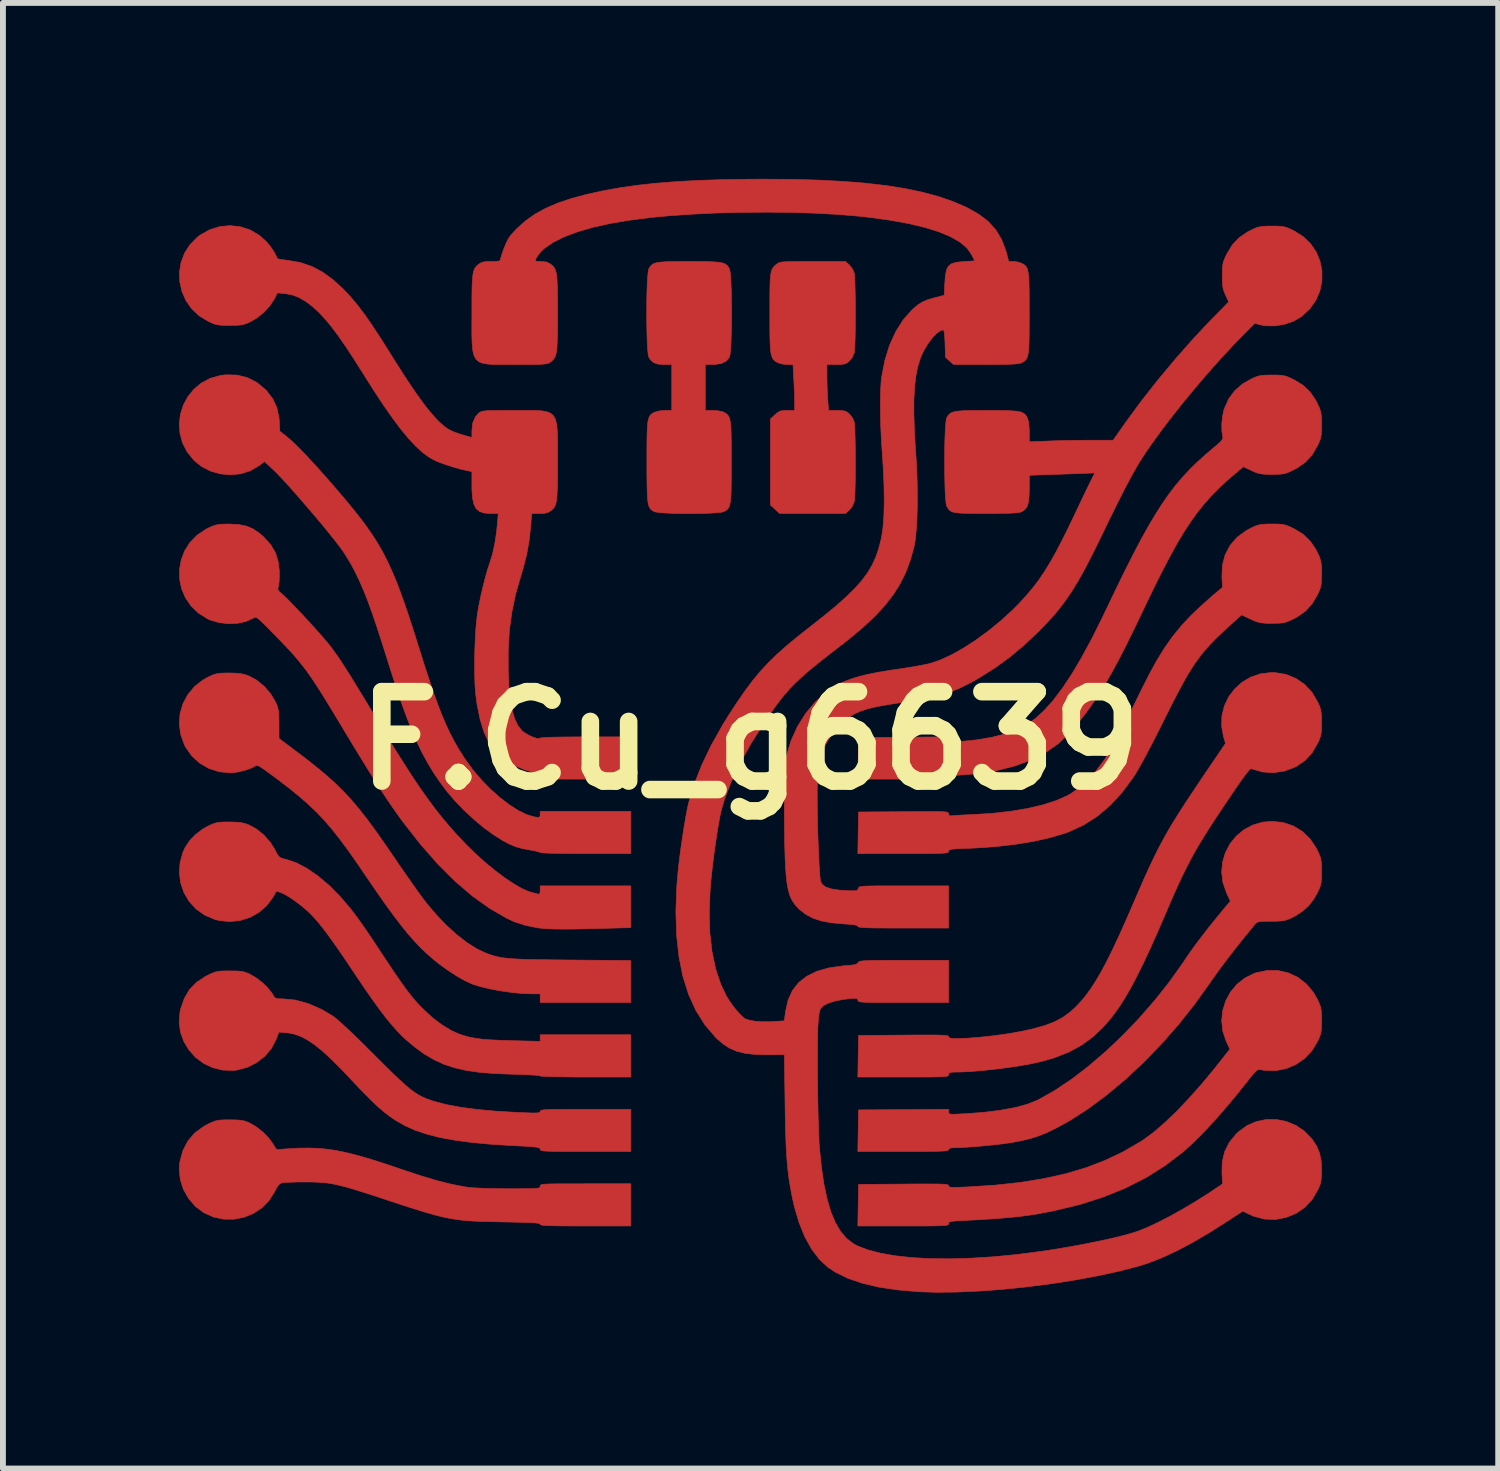
<source format=kicad_pcb>
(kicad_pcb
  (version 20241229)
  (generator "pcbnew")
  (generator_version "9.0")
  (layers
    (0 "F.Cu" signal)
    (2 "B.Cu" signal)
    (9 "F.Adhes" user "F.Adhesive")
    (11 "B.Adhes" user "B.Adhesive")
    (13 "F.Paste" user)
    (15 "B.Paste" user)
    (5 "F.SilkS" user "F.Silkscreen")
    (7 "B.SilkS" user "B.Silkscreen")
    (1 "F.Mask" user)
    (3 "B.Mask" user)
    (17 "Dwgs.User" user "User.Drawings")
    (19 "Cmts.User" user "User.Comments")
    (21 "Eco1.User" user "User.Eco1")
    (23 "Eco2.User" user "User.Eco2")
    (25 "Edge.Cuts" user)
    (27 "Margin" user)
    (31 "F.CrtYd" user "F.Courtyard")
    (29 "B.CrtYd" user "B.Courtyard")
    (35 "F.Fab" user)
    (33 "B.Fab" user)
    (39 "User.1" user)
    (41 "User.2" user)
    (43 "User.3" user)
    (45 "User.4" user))
  (footprint "F.Cu_g6639"
    (layer "F.Cu")
    (at 9.738 9.579)
    (property "Reference" "F.Cu_g6639" (at 0 0 0) (layer "F.SilkS") (effects (font (size 1.524 1.524) (thickness 0.3))))
    (attr through_hole)
    (fp_poly (pts (xy 1.694 -8.112) (xy 1.751 -8.039) (xy 1.779 -7.969) (xy 1.784 -7.926) (xy 1.788 -7.847) (xy 1.792 -7.738) (xy 1.795 -7.607) (xy 1.797 -7.458) (xy 1.798 -7.3) (xy 1.798 -7.292) (xy 1.797 -7.133) (xy 1.796 -6.984) (xy 1.793 -6.852) (xy 1.789 -6.742) (xy 1.784 -6.661) (xy 1.779 -6.616) (xy 1.779 -6.615) (xy 1.742 -6.53) (xy 1.694 -6.472) (xy 1.656 -6.441) (xy 1.617 -6.424) (xy 1.565 -6.416) (xy 1.485 -6.414) (xy 1.471 -6.413) (xy 1.312 -6.413) (xy 1.312 -6.216) (xy 1.314 -6.096) (xy 1.319 -5.961) (xy 1.325 -5.839) (xy 1.326 -5.824) (xy 1.34 -5.63) (xy 1.485 -5.63) (xy 1.566 -5.628) (xy 1.619 -5.619) (xy 1.66 -5.6) (xy 1.694 -5.572) (xy 1.751 -5.499) (xy 1.779 -5.429) (xy 1.784 -5.386) (xy 1.788 -5.307) (xy 1.792 -5.198) (xy 1.795 -5.067) (xy 1.797 -4.918) (xy 1.798 -4.76) (xy 1.798 -4.752) (xy 1.797 -4.593) (xy 1.796 -4.444) (xy 1.793 -4.312) (xy 1.789 -4.202) (xy 1.784 -4.121) (xy 1.779 -4.076) (xy 1.779 -4.075) (xy 1.742 -3.99) (xy 1.694 -3.932) (xy 1.629 -3.873) (xy 0.507 -3.873) (xy 0.349 -4.018) (xy 0.349 -5.485) (xy 0.428 -5.558) (xy 0.478 -5.599) (xy 0.522 -5.621) (xy 0.579 -5.629) (xy 0.635 -5.63) (xy 0.762 -5.63) (xy 0.762 -5.765) (xy 0.761 -5.841) (xy 0.758 -5.946) (xy 0.753 -6.062) (xy 0.748 -6.156) (xy 0.734 -6.413) (xy 0.63 -6.413) (xy 0.546 -6.422) (xy 0.475 -6.444) (xy 0.464 -6.45) (xy 0.431 -6.471) (xy 0.405 -6.494) (xy 0.384 -6.524) (xy 0.368 -6.565) (xy 0.356 -6.623) (xy 0.348 -6.7) (xy 0.343 -6.802) (xy 0.34 -6.933) (xy 0.339 -7.097) (xy 0.339 -7.291) (xy 0.339 -7.488) (xy 0.34 -7.647) (xy 0.342 -7.773) (xy 0.347 -7.871) (xy 0.354 -7.946) (xy 0.365 -8.001) (xy 0.38 -8.042) (xy 0.4 -8.073) (xy 0.425 -8.1) (xy 0.457 -8.125) (xy 0.458 -8.126) (xy 0.476 -8.139) (xy 0.498 -8.15) (xy 0.528 -8.158) (xy 0.572 -8.163) (xy 0.634 -8.167) (xy 0.72 -8.169) (xy 0.836 -8.17) (xy 0.986 -8.17) (xy 1.071 -8.17) (xy 1.629 -8.17) (xy 1.694 -8.112)) (stroke (width 0.01) (type solid)) (fill yes) (layer "F.Cu"))
    (fp_poly (pts (xy 9.007 3.921) (xy 9.182 3.961) (xy 9.344 4.038) (xy 9.487 4.149) (xy 9.608 4.293) (xy 9.681 4.421) (xy 9.712 4.491) (xy 9.732 4.549) (xy 9.742 4.61) (xy 9.747 4.688) (xy 9.747 4.773) (xy 9.746 4.875) (xy 9.741 4.948) (xy 9.729 5.008) (xy 9.707 5.067) (xy 9.68 5.127) (xy 9.582 5.288) (xy 9.455 5.421) (xy 9.306 5.524) (xy 9.139 5.594) (xy 8.961 5.628) (xy 8.777 5.623) (xy 8.71 5.612) (xy 8.685 5.608) (xy 8.661 5.613) (xy 8.634 5.63) (xy 8.6 5.665) (xy 8.551 5.721) (xy 8.485 5.805) (xy 8.448 5.852) (xy 8.256 6.091) (xy 8.064 6.318) (xy 7.876 6.529) (xy 7.697 6.719) (xy 7.531 6.882) (xy 7.387 7.011) (xy 7.084 7.243) (xy 6.759 7.448) (xy 6.41 7.626) (xy 6.034 7.779) (xy 5.629 7.909) (xy 5.191 8.015) (xy 4.889 8.073) (xy 4.738 8.096) (xy 4.571 8.117) (xy 4.385 8.135) (xy 4.173 8.152) (xy 3.93 8.168) (xy 3.657 8.182) (xy 3.545 8.188) (xy 3.469 8.194) (xy 3.422 8.202) (xy 3.397 8.211) (xy 3.388 8.225) (xy 3.387 8.236) (xy 3.385 8.246) (xy 3.378 8.255) (xy 3.361 8.262) (xy 3.331 8.267) (xy 3.282 8.27) (xy 3.212 8.273) (xy 3.116 8.275) (xy 2.99 8.276) (xy 2.83 8.276) (xy 2.632 8.276) (xy 1.84 8.276) (xy 1.846 7.922) (xy 1.852 7.567) (xy 2.619 7.562) (xy 2.821 7.56) (xy 2.984 7.56) (xy 3.113 7.56) (xy 3.211 7.561) (xy 3.283 7.563) (xy 3.332 7.567) (xy 3.363 7.572) (xy 3.38 7.578) (xy 3.386 7.586) (xy 3.387 7.59) (xy 3.391 7.603) (xy 3.406 7.612) (xy 3.44 7.617) (xy 3.498 7.618) (xy 3.587 7.615) (xy 3.699 7.611) (xy 4.17 7.581) (xy 4.606 7.534) (xy 5.009 7.469) (xy 5.382 7.386) (xy 5.729 7.283) (xy 6.053 7.159) (xy 6.357 7.015) (xy 6.644 6.849) (xy 6.718 6.801) (xy 6.886 6.677) (xy 7.07 6.518) (xy 7.269 6.329) (xy 7.477 6.11) (xy 7.694 5.867) (xy 7.915 5.601) (xy 8.002 5.491) (xy 8.184 5.26) (xy 8.12 5.124) (xy 8.063 4.953) (xy 8.044 4.778) (xy 8.061 4.606) (xy 8.112 4.44) (xy 8.194 4.288) (xy 8.304 4.155) (xy 8.441 4.047) (xy 8.601 3.968) (xy 8.633 3.958) (xy 8.822 3.919) (xy 9.007 3.921)) (stroke (width 0.01) (type solid)) (fill yes) (layer "F.Cu"))
    (fp_poly (pts (xy -8.766 -1.15) (xy -8.68 -1.142) (xy -8.607 -1.125) (xy -8.545 -1.103) (xy -8.413 -1.032) (xy -8.287 -0.929) (xy -8.178 -0.805) (xy -8.102 -0.681) (xy -8.072 -0.619) (xy -8.053 -0.567) (xy -8.041 -0.514) (xy -8.034 -0.449) (xy -8.032 -0.36) (xy -8.031 -0.288) (xy -8.03 -0.036) (xy -7.745 0.178) (xy -7.544 0.33) (xy -7.367 0.472) (xy -7.207 0.606) (xy -7.061 0.738) (xy -6.925 0.872) (xy -6.794 1.014) (xy -6.664 1.168) (xy -6.53 1.339) (xy -6.387 1.532) (xy -6.233 1.752) (xy -6.061 2.002) (xy -6.048 2.021) (xy -5.949 2.166) (xy -5.848 2.311) (xy -5.75 2.451) (xy -5.661 2.577) (xy -5.584 2.682) (xy -5.53 2.754) (xy -5.361 2.956) (xy -5.184 3.142) (xy -5.004 3.306) (xy -4.827 3.444) (xy -4.657 3.551) (xy -4.532 3.611) (xy -4.465 3.637) (xy -4.403 3.659) (xy -4.34 3.677) (xy -4.274 3.692) (xy -4.199 3.705) (xy -4.111 3.714) (xy -4.007 3.722) (xy -3.881 3.728) (xy -3.731 3.732) (xy -3.551 3.735) (xy -3.337 3.738) (xy -3.086 3.741) (xy -3.064 3.741) (xy -2.032 3.75) (xy -2.032 4.466) (xy -3.577 4.466) (xy -3.577 4.318) (xy -3.716 4.318) (xy -3.881 4.312) (xy -4.065 4.294) (xy -4.253 4.267) (xy -4.436 4.233) (xy -4.6 4.194) (xy -4.735 4.151) (xy -4.743 4.148) (xy -4.864 4.092) (xy -5.003 4.012) (xy -5.152 3.915) (xy -5.3 3.808) (xy -5.397 3.73) (xy -5.507 3.634) (xy -5.614 3.532) (xy -5.721 3.42) (xy -5.831 3.295) (xy -5.947 3.151) (xy -6.072 2.987) (xy -6.21 2.798) (xy -6.363 2.58) (xy -6.534 2.329) (xy -6.542 2.318) (xy -6.709 2.073) (xy -6.86 1.859) (xy -6.999 1.672) (xy -7.131 1.506) (xy -7.26 1.356) (xy -7.392 1.217) (xy -7.531 1.085) (xy -7.682 0.953) (xy -7.85 0.816) (xy -8.039 0.671) (xy -8.194 0.556) (xy -8.282 0.492) (xy -8.343 0.451) (xy -8.383 0.429) (xy -8.411 0.423) (xy -8.432 0.429) (xy -8.439 0.434) (xy -8.51 0.471) (xy -8.607 0.505) (xy -8.715 0.532) (xy -8.817 0.548) (xy -8.863 0.55) (xy -9.053 0.53) (xy -9.229 0.473) (xy -9.386 0.381) (xy -9.52 0.258) (xy -9.626 0.106) (xy -9.643 0.073) (xy -9.706 -0.102) (xy -9.731 -0.281) (xy -9.718 -0.458) (xy -9.669 -0.627) (xy -9.586 -0.783) (xy -9.472 -0.921) (xy -9.328 -1.034) (xy -9.234 -1.086) (xy -9.163 -1.118) (xy -9.105 -1.137) (xy -9.045 -1.148) (xy -8.969 -1.152) (xy -8.879 -1.153) (xy -8.766 -1.15)) (stroke (width 0.01) (type solid)) (fill yes) (layer "F.Cu"))
    (fp_poly (pts (xy 9.089 1.396) (xy 9.264 1.454) (xy 9.419 1.548) (xy 9.552 1.677) (xy 9.659 1.838) (xy 9.681 1.881) (xy 9.712 1.951) (xy 9.732 2.009) (xy 9.742 2.07) (xy 9.747 2.148) (xy 9.747 2.233) (xy 9.746 2.335) (xy 9.741 2.408) (xy 9.729 2.468) (xy 9.707 2.527) (xy 9.68 2.587) (xy 9.616 2.698) (xy 9.537 2.803) (xy 9.505 2.837) (xy 9.409 2.918) (xy 9.298 2.99) (xy 9.255 3.012) (xy 9.188 3.043) (xy 9.132 3.062) (xy 9.074 3.073) (xy 9.002 3.079) (xy 8.902 3.08) (xy 8.882 3.08) (xy 8.78 3.081) (xy 8.712 3.084) (xy 8.668 3.091) (xy 8.639 3.103) (xy 8.617 3.123) (xy 8.607 3.136) (xy 8.392 3.399) (xy 8.198 3.646) (xy 8.026 3.873) (xy 7.881 4.075) (xy 7.837 4.139) (xy 7.581 4.496) (xy 7.306 4.843) (xy 7.014 5.175) (xy 6.71 5.488) (xy 6.398 5.779) (xy 6.082 6.043) (xy 5.766 6.278) (xy 5.455 6.478) (xy 5.207 6.614) (xy 5.06 6.685) (xy 4.926 6.739) (xy 4.793 6.782) (xy 4.646 6.818) (xy 4.472 6.851) (xy 4.443 6.856) (xy 4.32 6.874) (xy 4.169 6.892) (xy 4.004 6.908) (xy 3.835 6.923) (xy 3.676 6.934) (xy 3.538 6.941) (xy 3.466 6.942) (xy 3.409 6.949) (xy 3.387 6.968) (xy 3.387 6.974) (xy 3.382 6.983) (xy 3.367 6.99) (xy 3.336 6.995) (xy 3.286 6.999) (xy 3.214 7.002) (xy 3.114 7.004) (xy 2.984 7.005) (xy 2.819 7.006) (xy 2.616 7.006) (xy 1.84 7.006) (xy 1.846 6.652) (xy 1.852 6.297) (xy 2.619 6.292) (xy 3.387 6.286) (xy 3.387 6.331) (xy 3.388 6.35) (xy 3.397 6.362) (xy 3.42 6.369) (xy 3.464 6.371) (xy 3.536 6.369) (xy 3.643 6.363) (xy 3.657 6.363) (xy 3.983 6.339) (xy 4.271 6.303) (xy 4.522 6.257) (xy 4.733 6.199) (xy 4.904 6.131) (xy 4.917 6.124) (xy 5.195 5.968) (xy 5.482 5.776) (xy 5.774 5.552) (xy 6.067 5.301) (xy 6.356 5.027) (xy 6.636 4.735) (xy 6.904 4.428) (xy 7.155 4.111) (xy 7.385 3.788) (xy 7.433 3.715) (xy 7.506 3.608) (xy 7.601 3.477) (xy 7.712 3.33) (xy 7.835 3.172) (xy 7.963 3.013) (xy 8.09 2.859) (xy 8.105 2.841) (xy 8.192 2.737) (xy 8.125 2.593) (xy 8.065 2.418) (xy 8.044 2.244) (xy 8.059 2.073) (xy 8.107 1.911) (xy 8.185 1.761) (xy 8.291 1.63) (xy 8.421 1.521) (xy 8.573 1.44) (xy 8.742 1.39) (xy 8.899 1.376) (xy 9.089 1.396)) (stroke (width 0.01) (type solid)) (fill yes) (layer "F.Cu"))
    (fp_poly (pts (xy -0.858 -8.17) (xy -0.715 -8.168) (xy -0.605 -8.163) (xy -0.523 -8.156) (xy -0.463 -8.144) (xy -0.42 -8.126) (xy -0.389 -8.103) (xy -0.366 -8.073) (xy -0.35 -8.044) (xy -0.34 -8.003) (xy -0.331 -7.926) (xy -0.324 -7.82) (xy -0.319 -7.69) (xy -0.316 -7.544) (xy -0.314 -7.388) (xy -0.314 -7.227) (xy -0.315 -7.07) (xy -0.319 -6.921) (xy -0.323 -6.788) (xy -0.33 -6.677) (xy -0.338 -6.593) (xy -0.348 -6.545) (xy -0.35 -6.54) (xy -0.405 -6.472) (xy -0.488 -6.431) (xy -0.603 -6.414) (xy -0.634 -6.413) (xy -0.762 -6.413) (xy -0.762 -5.63) (xy -0.634 -5.63) (xy -0.548 -5.625) (xy -0.473 -5.61) (xy -0.444 -5.598) (xy -0.411 -5.58) (xy -0.385 -5.559) (xy -0.364 -5.532) (xy -0.347 -5.495) (xy -0.336 -5.441) (xy -0.327 -5.368) (xy -0.322 -5.272) (xy -0.319 -5.146) (xy -0.318 -4.988) (xy -0.318 -4.793) (xy -0.318 -4.752) (xy -0.318 -4.549) (xy -0.319 -4.385) (xy -0.321 -4.253) (xy -0.326 -4.152) (xy -0.334 -4.075) (xy -0.345 -4.018) (xy -0.36 -3.978) (xy -0.38 -3.949) (xy -0.406 -3.927) (xy -0.437 -3.909) (xy -0.444 -3.906) (xy -0.487 -3.894) (xy -0.565 -3.886) (xy -0.671 -3.879) (xy -0.797 -3.874) (xy -0.935 -3.872) (xy -1.078 -3.871) (xy -1.22 -3.873) (xy -1.352 -3.877) (xy -1.468 -3.883) (xy -1.559 -3.891) (xy -1.619 -3.901) (xy -1.635 -3.907) (xy -1.667 -3.925) (xy -1.692 -3.946) (xy -1.712 -3.974) (xy -1.728 -4.012) (xy -1.739 -4.066) (xy -1.747 -4.14) (xy -1.752 -4.238) (xy -1.755 -4.365) (xy -1.757 -4.525) (xy -1.757 -4.722) (xy -1.757 -4.752) (xy -1.757 -4.955) (xy -1.756 -5.119) (xy -1.753 -5.25) (xy -1.748 -5.352) (xy -1.741 -5.429) (xy -1.729 -5.486) (xy -1.714 -5.526) (xy -1.694 -5.555) (xy -1.669 -5.576) (xy -1.637 -5.595) (xy -1.631 -5.598) (xy -1.573 -5.617) (xy -1.496 -5.628) (xy -1.451 -5.63) (xy -1.333 -5.63) (xy -1.333 -6.413) (xy -1.466 -6.413) (xy -1.571 -6.421) (xy -1.645 -6.447) (xy -1.698 -6.496) (xy -1.725 -6.541) (xy -1.735 -6.582) (xy -1.743 -6.658) (xy -1.75 -6.764) (xy -1.755 -6.894) (xy -1.758 -7.04) (xy -1.76 -7.196) (xy -1.76 -7.356) (xy -1.759 -7.514) (xy -1.756 -7.662) (xy -1.751 -7.795) (xy -1.744 -7.907) (xy -1.736 -7.99) (xy -1.727 -8.039) (xy -1.725 -8.044) (xy -1.704 -8.08) (xy -1.679 -8.109) (xy -1.646 -8.131) (xy -1.6 -8.147) (xy -1.535 -8.158) (xy -1.446 -8.165) (xy -1.329 -8.169) (xy -1.179 -8.17) (xy -1.037 -8.17) (xy -0.858 -8.17)) (stroke (width 0.01) (type solid)) (fill yes) (layer "F.Cu"))
    (fp_poly (pts (xy -8.766 1.39) (xy -8.68 1.398) (xy -8.607 1.415) (xy -8.545 1.437) (xy -8.415 1.507) (xy -8.289 1.61) (xy -8.179 1.734) (xy -8.102 1.857) (xy -8.065 1.929) (xy -8.035 1.973) (xy -8.003 1.998) (xy -7.957 2.014) (xy -7.911 2.025) (xy -7.738 2.082) (xy -7.555 2.178) (xy -7.366 2.308) (xy -7.175 2.47) (xy -6.984 2.663) (xy -6.816 2.86) (xy -6.75 2.946) (xy -6.668 3.057) (xy -6.579 3.183) (xy -6.49 3.313) (xy -6.425 3.41) (xy -6.288 3.618) (xy -6.17 3.795) (xy -6.071 3.944) (xy -5.986 4.068) (xy -5.912 4.173) (xy -5.848 4.26) (xy -5.79 4.335) (xy -5.736 4.402) (xy -5.682 4.463) (xy -5.626 4.523) (xy -5.571 4.579) (xy -5.419 4.72) (xy -5.26 4.842) (xy -5.104 4.938) (xy -4.981 4.995) (xy -4.884 5.029) (xy -4.788 5.055) (xy -4.684 5.075) (xy -4.566 5.091) (xy -4.426 5.102) (xy -4.258 5.11) (xy -4.069 5.116) (xy -3.577 5.128) (xy -3.577 5.016) (xy -2.032 5.016) (xy -2.032 5.736) (xy -2.805 5.736) (xy -2.982 5.736) (xy -3.144 5.734) (xy -3.288 5.732) (xy -3.407 5.729) (xy -3.499 5.726) (xy -3.557 5.722) (xy -3.577 5.718) (xy -3.577 5.718) (xy -3.597 5.712) (xy -3.654 5.706) (xy -3.741 5.7) (xy -3.853 5.695) (xy -3.984 5.69) (xy -4.069 5.688) (xy -4.359 5.677) (xy -4.614 5.656) (xy -4.838 5.624) (xy -5.039 5.578) (xy -5.22 5.518) (xy -5.389 5.44) (xy -5.552 5.344) (xy -5.713 5.227) (xy -5.816 5.142) (xy -5.91 5.058) (xy -6.003 4.964) (xy -6.1 4.856) (xy -6.203 4.731) (xy -6.315 4.584) (xy -6.439 4.412) (xy -6.579 4.211) (xy -6.737 3.977) (xy -6.742 3.969) (xy -6.888 3.751) (xy -7.015 3.566) (xy -7.125 3.409) (xy -7.22 3.278) (xy -7.305 3.168) (xy -7.381 3.075) (xy -7.451 2.997) (xy -7.519 2.929) (xy -7.548 2.901) (xy -7.651 2.814) (xy -7.759 2.732) (xy -7.864 2.661) (xy -7.955 2.61) (xy -8 2.591) (xy -8.074 2.565) (xy -8.131 2.666) (xy -8.237 2.81) (xy -8.371 2.927) (xy -8.525 3.014) (xy -8.695 3.067) (xy -8.873 3.086) (xy -9.054 3.067) (xy -9.127 3.048) (xy -9.298 2.975) (xy -9.444 2.871) (xy -9.562 2.743) (xy -9.65 2.594) (xy -9.707 2.43) (xy -9.73 2.256) (xy -9.717 2.077) (xy -9.666 1.898) (xy -9.629 1.817) (xy -9.556 1.708) (xy -9.453 1.602) (xy -9.332 1.509) (xy -9.234 1.454) (xy -9.163 1.422) (xy -9.105 1.403) (xy -9.045 1.392) (xy -8.969 1.388) (xy -8.879 1.387) (xy -8.766 1.39)) (stroke (width 0.01) (type solid)) (fill yes) (layer "F.Cu"))
    (fp_poly (pts (xy -8.764 3.928) (xy -8.687 3.933) (xy -8.627 3.944) (xy -8.571 3.963) (xy -8.525 3.984) (xy -8.427 4.04) (xy -8.326 4.117) (xy -8.234 4.204) (xy -8.162 4.29) (xy -8.137 4.328) (xy -8.113 4.37) (xy -8.087 4.392) (xy -8.047 4.401) (xy -7.979 4.403) (xy -7.97 4.403) (xy -7.751 4.424) (xy -7.526 4.486) (xy -7.297 4.587) (xy -7.108 4.7) (xy -7.058 4.739) (xy -6.983 4.804) (xy -6.885 4.894) (xy -6.768 5.004) (xy -6.636 5.132) (xy -6.493 5.274) (xy -6.403 5.364) (xy -6.24 5.527) (xy -6.102 5.663) (xy -5.985 5.775) (xy -5.886 5.866) (xy -5.8 5.938) (xy -5.724 5.995) (xy -5.653 6.041) (xy -5.584 6.077) (xy -5.512 6.108) (xy -5.433 6.136) (xy -5.387 6.151) (xy -5.185 6.205) (xy -4.946 6.25) (xy -4.668 6.288) (xy -4.35 6.317) (xy -3.992 6.339) (xy -3.921 6.342) (xy -3.793 6.347) (xy -3.701 6.35) (xy -3.639 6.349) (xy -3.602 6.345) (xy -3.583 6.337) (xy -3.577 6.326) (xy -3.577 6.321) (xy -3.574 6.312) (xy -3.563 6.305) (xy -3.539 6.299) (xy -3.498 6.295) (xy -3.438 6.291) (xy -3.352 6.289) (xy -3.239 6.288) (xy -3.093 6.287) (xy -2.91 6.287) (xy -2.805 6.287) (xy -2.032 6.287) (xy -2.032 7.006) (xy -2.805 7.006) (xy -3.006 7.006) (xy -3.169 7.006) (xy -3.298 7.005) (xy -3.396 7.003) (xy -3.468 7) (xy -3.518 6.997) (xy -3.55 6.992) (xy -3.568 6.985) (xy -3.576 6.977) (xy -3.577 6.968) (xy -3.58 6.955) (xy -3.592 6.945) (xy -3.617 6.937) (xy -3.661 6.93) (xy -3.729 6.924) (xy -3.826 6.917) (xy -3.956 6.91) (xy -4.08 6.904) (xy -4.437 6.881) (xy -4.755 6.851) (xy -5.038 6.813) (xy -5.289 6.767) (xy -5.511 6.71) (xy -5.708 6.644) (xy -5.883 6.566) (xy -6.039 6.476) (xy -6.046 6.472) (xy -6.141 6.407) (xy -6.234 6.335) (xy -6.33 6.254) (xy -6.434 6.157) (xy -6.552 6.04) (xy -6.688 5.899) (xy -6.806 5.773) (xy -6.99 5.58) (xy -7.152 5.419) (xy -7.297 5.287) (xy -7.427 5.183) (xy -7.546 5.103) (xy -7.657 5.045) (xy -7.764 5.006) (xy -7.87 4.985) (xy -7.898 4.982) (xy -8.033 4.97) (xy -8.082 5.099) (xy -8.162 5.251) (xy -8.275 5.383) (xy -8.414 5.491) (xy -8.573 5.571) (xy -8.746 5.617) (xy -8.81 5.624) (xy -8.992 5.618) (xy -9.162 5.576) (xy -9.318 5.502) (xy -9.454 5.4) (xy -9.567 5.274) (xy -9.654 5.129) (xy -9.711 4.97) (xy -9.733 4.799) (xy -9.718 4.623) (xy -9.708 4.577) (xy -9.645 4.396) (xy -9.557 4.246) (xy -9.439 4.123) (xy -9.288 4.023) (xy -9.255 4.006) (xy -9.18 3.97) (xy -9.122 3.947) (xy -9.066 3.934) (xy -9.001 3.928) (xy -8.911 3.927) (xy -8.87 3.927) (xy -8.764 3.928)) (stroke (width 0.01) (type solid)) (fill yes) (layer "F.Cu"))
    (fp_poly (pts (xy -8.743 -6.233) (xy -8.567 -6.189) (xy -8.406 -6.106) (xy -8.26 -5.984) (xy -8.245 -5.968) (xy -8.137 -5.828) (xy -8.067 -5.678) (xy -8.031 -5.508) (xy -8.026 -5.448) (xy -8.017 -5.275) (xy -7.919 -5.2) (xy -7.826 -5.121) (xy -7.71 -5.01) (xy -7.571 -4.867) (xy -7.411 -4.695) (xy -7.232 -4.495) (xy -7.035 -4.268) (xy -7.007 -4.235) (xy -6.846 -4.044) (xy -6.703 -3.868) (xy -6.575 -3.702) (xy -6.462 -3.542) (xy -6.359 -3.383) (xy -6.265 -3.221) (xy -6.178 -3.051) (xy -6.094 -2.867) (xy -6.011 -2.666) (xy -5.928 -2.443) (xy -5.841 -2.193) (xy -5.749 -1.911) (xy -5.65 -1.598) (xy -5.556 -1.299) (xy -5.47 -1.037) (xy -5.392 -0.807) (xy -5.319 -0.605) (xy -5.249 -0.426) (xy -5.181 -0.267) (xy -5.113 -0.122) (xy -5.043 0.012) (xy -4.97 0.14) (xy -4.89 0.266) (xy -4.855 0.321) (xy -4.725 0.498) (xy -4.581 0.668) (xy -4.426 0.827) (xy -4.265 0.97) (xy -4.105 1.093) (xy -3.95 1.192) (xy -3.804 1.263) (xy -3.674 1.301) (xy -3.667 1.302) (xy -3.611 1.309) (xy -3.585 1.303) (xy -3.578 1.279) (xy -3.577 1.261) (xy -3.577 1.206) (xy -2.032 1.206) (xy -2.032 1.926) (xy -2.805 1.926) (xy -2.981 1.926) (xy -3.143 1.924) (xy -3.286 1.922) (xy -3.406 1.92) (xy -3.497 1.916) (xy -3.556 1.913) (xy -3.577 1.909) (xy -3.577 1.909) (xy -3.597 1.898) (xy -3.648 1.884) (xy -3.722 1.869) (xy -3.75 1.865) (xy -3.878 1.841) (xy -3.991 1.81) (xy -4.098 1.766) (xy -4.214 1.705) (xy -4.347 1.621) (xy -4.37 1.606) (xy -4.534 1.488) (xy -4.707 1.343) (xy -4.878 1.184) (xy -5.036 1.02) (xy -5.169 0.863) (xy -5.174 0.857) (xy -5.288 0.703) (xy -5.394 0.548) (xy -5.492 0.386) (xy -5.586 0.214) (xy -5.676 0.028) (xy -5.765 -0.177) (xy -5.855 -0.404) (xy -5.947 -0.659) (xy -6.044 -0.946) (xy -6.147 -1.268) (xy -6.181 -1.376) (xy -6.276 -1.677) (xy -6.362 -1.942) (xy -6.441 -2.174) (xy -6.515 -2.378) (xy -6.586 -2.557) (xy -6.655 -2.717) (xy -6.724 -2.862) (xy -6.794 -2.995) (xy -6.869 -3.121) (xy -6.927 -3.213) (xy -6.981 -3.288) (xy -7.058 -3.389) (xy -7.155 -3.511) (xy -7.266 -3.648) (xy -7.388 -3.794) (xy -7.516 -3.944) (xy -7.644 -4.093) (xy -7.768 -4.235) (xy -7.885 -4.366) (xy -7.988 -4.478) (xy -8.074 -4.568) (xy -8.127 -4.619) (xy -8.279 -4.76) (xy -8.374 -4.687) (xy -8.52 -4.602) (xy -8.682 -4.55) (xy -8.854 -4.533) (xy -9.027 -4.548) (xy -9.195 -4.595) (xy -9.351 -4.674) (xy -9.478 -4.777) (xy -9.595 -4.921) (xy -9.675 -5.076) (xy -9.719 -5.239) (xy -9.731 -5.404) (xy -9.711 -5.567) (xy -9.661 -5.723) (xy -9.583 -5.867) (xy -9.479 -5.994) (xy -9.351 -6.1) (xy -9.2 -6.179) (xy -9.028 -6.227) (xy -8.937 -6.238) (xy -8.743 -6.233)) (stroke (width 0.01) (type solid)) (fill yes) (layer "F.Cu"))
    (fp_poly (pts (xy -8.719 -3.685) (xy -8.586 -3.658) (xy -8.471 -3.609) (xy -8.36 -3.533) (xy -8.297 -3.478) (xy -8.175 -3.345) (xy -8.091 -3.203) (xy -8.043 -3.044) (xy -8.026 -2.902) (xy -8.025 -2.807) (xy -8.028 -2.719) (xy -8.036 -2.653) (xy -8.039 -2.641) (xy -8.05 -2.59) (xy -8.042 -2.557) (xy -8.009 -2.524) (xy -7.989 -2.509) (xy -7.947 -2.472) (xy -7.883 -2.409) (xy -7.801 -2.325) (xy -7.707 -2.227) (xy -7.606 -2.12) (xy -7.503 -2.009) (xy -7.404 -1.899) (xy -7.314 -1.798) (xy -7.238 -1.71) (xy -7.189 -1.651) (xy -7.136 -1.583) (xy -7.082 -1.51) (xy -7.025 -1.429) (xy -6.962 -1.335) (xy -6.891 -1.225) (xy -6.809 -1.096) (xy -6.715 -0.942) (xy -6.605 -0.762) (xy -6.477 -0.55) (xy -6.414 -0.446) (xy -6.226 -0.134) (xy -6.056 0.144) (xy -5.9 0.391) (xy -5.757 0.613) (xy -5.624 0.811) (xy -5.497 0.99) (xy -5.376 1.154) (xy -5.257 1.305) (xy -5.137 1.448) (xy -5.014 1.587) (xy -4.886 1.724) (xy -4.827 1.785) (xy -4.671 1.938) (xy -4.508 2.083) (xy -4.344 2.218) (xy -4.184 2.338) (xy -4.033 2.439) (xy -3.897 2.518) (xy -3.781 2.57) (xy -3.738 2.584) (xy -3.674 2.6) (xy -3.623 2.614) (xy -3.614 2.617) (xy -3.589 2.617) (xy -3.579 2.59) (xy -3.577 2.552) (xy -3.577 2.477) (xy -2.032 2.477) (xy -2.032 3.189) (xy -2.556 3.203) (xy -2.794 3.209) (xy -2.994 3.213) (xy -3.16 3.214) (xy -3.298 3.213) (xy -3.411 3.21) (xy -3.504 3.205) (xy -3.581 3.197) (xy -3.607 3.194) (xy -3.827 3.151) (xy -4.02 3.088) (xy -4.137 3.034) (xy -4.436 2.862) (xy -4.733 2.65) (xy -5.028 2.398) (xy -5.322 2.105) (xy -5.615 1.771) (xy -5.909 1.396) (xy -5.996 1.277) (xy -6.085 1.15) (xy -6.178 1.015) (xy -6.275 0.868) (xy -6.38 0.705) (xy -6.496 0.521) (xy -6.624 0.313) (xy -6.768 0.077) (xy -6.931 -0.192) (xy -6.942 -0.212) (xy -7.079 -0.439) (xy -7.198 -0.634) (xy -7.301 -0.801) (xy -7.393 -0.945) (xy -7.476 -1.07) (xy -7.554 -1.181) (xy -7.631 -1.282) (xy -7.708 -1.378) (xy -7.789 -1.472) (xy -7.879 -1.57) (xy -7.979 -1.675) (xy -8.094 -1.793) (xy -8.108 -1.807) (xy -8.211 -1.913) (xy -8.289 -1.991) (xy -8.346 -2.045) (xy -8.386 -2.08) (xy -8.415 -2.098) (xy -8.436 -2.103) (xy -8.453 -2.099) (xy -8.468 -2.09) (xy -8.592 -2.032) (xy -8.74 -2) (xy -8.899 -1.994) (xy -9.058 -2.013) (xy -9.208 -2.059) (xy -9.246 -2.076) (xy -9.404 -2.175) (xy -9.531 -2.297) (xy -9.627 -2.438) (xy -9.692 -2.592) (xy -9.725 -2.754) (xy -9.727 -2.918) (xy -9.698 -3.081) (xy -9.639 -3.236) (xy -9.548 -3.379) (xy -9.426 -3.504) (xy -9.273 -3.606) (xy -9.234 -3.626) (xy -9.163 -3.658) (xy -9.105 -3.677) (xy -9.045 -3.688) (xy -8.968 -3.692) (xy -8.879 -3.693) (xy -8.719 -3.685)) (stroke (width 0.01) (type solid)) (fill yes) (layer "F.Cu"))
    (fp_poly (pts (xy -8.764 6.468) (xy -8.687 6.473) (xy -8.628 6.484) (xy -8.572 6.502) (xy -8.525 6.523) (xy -8.414 6.589) (xy -8.303 6.677) (xy -8.206 6.777) (xy -8.133 6.877) (xy -8.125 6.891) (xy -8.091 6.949) (xy -8.063 6.974) (xy -8.033 6.974) (xy -8.033 6.974) (xy -7.997 6.969) (xy -7.928 6.963) (xy -7.834 6.957) (xy -7.725 6.951) (xy -7.684 6.949) (xy -7.525 6.947) (xy -7.37 6.952) (xy -7.215 6.966) (xy -7.053 6.99) (xy -6.88 7.026) (xy -6.69 7.074) (xy -6.477 7.135) (xy -6.238 7.211) (xy -5.966 7.303) (xy -5.916 7.32) (xy -5.611 7.421) (xy -5.332 7.504) (xy -5.084 7.566) (xy -4.868 7.608) (xy -4.784 7.62) (xy -4.711 7.626) (xy -4.604 7.631) (xy -4.472 7.636) (xy -4.324 7.639) (xy -4.168 7.641) (xy -4.091 7.641) (xy -3.931 7.641) (xy -3.808 7.64) (xy -3.717 7.639) (xy -3.654 7.636) (xy -3.613 7.631) (xy -3.59 7.625) (xy -3.58 7.615) (xy -3.577 7.603) (xy -3.577 7.599) (xy -3.576 7.588) (xy -3.57 7.579) (xy -3.555 7.572) (xy -3.528 7.566) (xy -3.483 7.563) (xy -3.417 7.56) (xy -3.326 7.558) (xy -3.206 7.557) (xy -3.053 7.557) (xy -2.863 7.557) (xy -2.805 7.556) (xy -2.032 7.556) (xy -2.032 8.276) (xy -2.805 8.276) (xy -3.01 8.276) (xy -3.177 8.275) (xy -3.309 8.274) (xy -3.41 8.271) (xy -3.484 8.268) (xy -3.533 8.264) (xy -3.563 8.258) (xy -3.576 8.251) (xy -3.577 8.247) (xy -3.584 8.238) (xy -3.607 8.231) (xy -3.649 8.225) (xy -3.716 8.22) (xy -3.811 8.216) (xy -3.937 8.213) (xy -4.1 8.209) (xy -4.217 8.207) (xy -4.413 8.203) (xy -4.582 8.199) (xy -4.73 8.192) (xy -4.864 8.182) (xy -4.99 8.168) (xy -5.112 8.148) (xy -5.238 8.122) (xy -5.373 8.088) (xy -5.523 8.046) (xy -5.694 7.994) (xy -5.892 7.93) (xy -6.122 7.855) (xy -6.191 7.832) (xy -6.412 7.759) (xy -6.599 7.699) (xy -6.756 7.65) (xy -6.89 7.611) (xy -7.005 7.582) (xy -7.106 7.56) (xy -7.2 7.544) (xy -7.292 7.535) (xy -7.387 7.529) (xy -7.49 7.526) (xy -7.578 7.526) (xy -7.699 7.526) (xy -7.81 7.529) (xy -7.901 7.532) (xy -7.963 7.537) (xy -7.984 7.541) (xy -8.023 7.561) (xy -8.059 7.606) (xy -8.101 7.681) (xy -8.105 7.691) (xy -8.2 7.842) (xy -8.322 7.966) (xy -8.467 8.062) (xy -8.627 8.127) (xy -8.798 8.161) (xy -8.973 8.16) (xy -9.146 8.124) (xy -9.311 8.05) (xy -9.311 8.05) (xy -9.455 7.943) (xy -9.572 7.808) (xy -9.66 7.653) (xy -9.714 7.484) (xy -9.732 7.309) (xy -9.722 7.186) (xy -9.67 6.994) (xy -9.586 6.83) (xy -9.469 6.692) (xy -9.318 6.581) (xy -9.255 6.546) (xy -9.18 6.51) (xy -9.122 6.487) (xy -9.066 6.474) (xy -9 6.468) (xy -8.91 6.466) (xy -8.87 6.466) (xy -8.764 6.468)) (stroke (width 0.01) (type solid)) (fill yes) (layer "F.Cu"))
    (fp_poly (pts (xy 9.002 -6.233) (xy 9.073 -6.228) (xy 9.131 -6.216) (xy 9.19 -6.195) (xy 9.263 -6.16) (xy 9.274 -6.155) (xy 9.429 -6.061) (xy 9.552 -5.944) (xy 9.651 -5.798) (xy 9.68 -5.74) (xy 9.712 -5.67) (xy 9.731 -5.611) (xy 9.742 -5.55) (xy 9.747 -5.473) (xy 9.747 -5.387) (xy 9.746 -5.285) (xy 9.741 -5.212) (xy 9.729 -5.152) (xy 9.707 -5.093) (xy 9.68 -5.034) (xy 9.588 -4.876) (xy 9.474 -4.75) (xy 9.332 -4.65) (xy 9.274 -4.619) (xy 9.198 -4.583) (xy 9.139 -4.56) (xy 9.082 -4.547) (xy 9.013 -4.542) (xy 8.917 -4.54) (xy 8.902 -4.54) (xy 8.799 -4.541) (xy 8.726 -4.547) (xy 8.666 -4.559) (xy 8.607 -4.58) (xy 8.551 -4.606) (xy 8.413 -4.671) (xy 8.276 -4.556) (xy 8.126 -4.426) (xy 7.989 -4.298) (xy 7.861 -4.167) (xy 7.74 -4.031) (xy 7.623 -3.884) (xy 7.509 -3.724) (xy 7.394 -3.548) (xy 7.277 -3.351) (xy 7.155 -3.129) (xy 7.025 -2.881) (xy 6.885 -2.6) (xy 6.733 -2.285) (xy 6.693 -2.201) (xy 6.547 -1.896) (xy 6.414 -1.625) (xy 6.291 -1.386) (xy 6.177 -1.173) (xy 6.068 -0.982) (xy 5.962 -0.81) (xy 5.857 -0.651) (xy 5.75 -0.501) (xy 5.639 -0.357) (xy 5.569 -0.271) (xy 5.487 -0.177) (xy 5.398 -0.082) (xy 5.313 0.001) (xy 5.256 0.052) (xy 5.044 0.201) (xy 4.798 0.328) (xy 4.52 0.431) (xy 4.214 0.509) (xy 3.881 0.562) (xy 3.635 0.583) (xy 3.523 0.591) (xy 3.448 0.6) (xy 3.404 0.61) (xy 3.387 0.623) (xy 3.387 0.627) (xy 3.38 0.635) (xy 3.359 0.641) (xy 3.319 0.646) (xy 3.257 0.65) (xy 3.169 0.653) (xy 3.052 0.655) (xy 2.901 0.656) (xy 2.713 0.656) (xy 2.614 0.656) (xy 1.84 0.656) (xy 1.846 0.302) (xy 1.852 -0.053) (xy 2.619 -0.058) (xy 3.387 -0.064) (xy 3.387 -0.018) (xy 3.388 0.002) (xy 3.398 0.014) (xy 3.424 0.02) (xy 3.473 0.021) (xy 3.553 0.017) (xy 3.611 0.013) (xy 3.876 -0.014) (xy 4.127 -0.057) (xy 4.356 -0.116) (xy 4.557 -0.189) (xy 4.717 -0.27) (xy 4.866 -0.376) (xy 5.017 -0.514) (xy 5.17 -0.685) (xy 5.327 -0.892) (xy 5.488 -1.134) (xy 5.654 -1.415) (xy 5.827 -1.733) (xy 6.006 -2.092) (xy 6.064 -2.213) (xy 6.233 -2.566) (xy 6.388 -2.884) (xy 6.532 -3.169) (xy 6.665 -3.423) (xy 6.792 -3.651) (xy 6.913 -3.855) (xy 7.03 -4.039) (xy 7.146 -4.205) (xy 7.262 -4.357) (xy 7.382 -4.497) (xy 7.506 -4.63) (xy 7.636 -4.757) (xy 7.776 -4.883) (xy 7.885 -4.976) (xy 7.968 -5.045) (xy 8.021 -5.094) (xy 8.052 -5.13) (xy 8.064 -5.157) (xy 8.063 -5.182) (xy 8.062 -5.187) (xy 8.047 -5.283) (xy 8.046 -5.402) (xy 8.058 -5.526) (xy 8.081 -5.637) (xy 8.087 -5.656) (xy 8.163 -5.826) (xy 8.267 -5.967) (xy 8.402 -6.084) (xy 8.55 -6.168) (xy 8.619 -6.199) (xy 8.677 -6.218) (xy 8.738 -6.229) (xy 8.816 -6.233) (xy 8.902 -6.234) (xy 9.002 -6.233)) (stroke (width 0.01) (type solid)) (fill yes) (layer "F.Cu"))
    (fp_poly (pts (xy 8.955 -1.16) (xy 9.141 -1.129) (xy 9.31 -1.06) (xy 9.46 -0.956) (xy 9.586 -0.819) (xy 9.68 -0.66) (xy 9.712 -0.59) (xy 9.731 -0.531) (xy 9.742 -0.47) (xy 9.747 -0.393) (xy 9.747 -0.307) (xy 9.746 -0.205) (xy 9.741 -0.132) (xy 9.729 -0.072) (xy 9.707 -0.013) (xy 9.68 0.046) (xy 9.586 0.206) (xy 9.47 0.334) (xy 9.324 0.435) (xy 9.281 0.457) (xy 9.106 0.521) (xy 8.922 0.547) (xy 8.737 0.534) (xy 8.56 0.483) (xy 8.55 0.478) (xy 8.535 0.482) (xy 8.512 0.503) (xy 8.477 0.544) (xy 8.428 0.608) (xy 8.364 0.697) (xy 8.283 0.814) (xy 8.183 0.962) (xy 8.079 1.116) (xy 7.938 1.328) (xy 7.816 1.516) (xy 7.71 1.686) (xy 7.615 1.845) (xy 7.528 2.001) (xy 7.445 2.161) (xy 7.361 2.331) (xy 7.274 2.521) (xy 7.179 2.735) (xy 7.081 2.963) (xy 6.944 3.279) (xy 6.819 3.558) (xy 6.704 3.804) (xy 6.597 4.02) (xy 6.497 4.209) (xy 6.401 4.376) (xy 6.308 4.523) (xy 6.216 4.654) (xy 6.122 4.772) (xy 6.026 4.881) (xy 6.021 4.887) (xy 5.843 5.055) (xy 5.65 5.195) (xy 5.436 5.311) (xy 5.194 5.406) (xy 4.967 5.472) (xy 4.804 5.508) (xy 4.611 5.543) (xy 4.398 5.575) (xy 4.177 5.603) (xy 3.96 5.626) (xy 3.757 5.643) (xy 3.58 5.651) (xy 3.53 5.651) (xy 3.453 5.653) (xy 3.41 5.658) (xy 3.391 5.671) (xy 3.387 5.693) (xy 3.387 5.694) (xy 3.386 5.705) (xy 3.38 5.714) (xy 3.365 5.721) (xy 3.337 5.726) (xy 3.292 5.73) (xy 3.227 5.733) (xy 3.136 5.735) (xy 3.016 5.736) (xy 2.863 5.736) (xy 2.673 5.736) (xy 2.614 5.736) (xy 1.84 5.736) (xy 1.846 5.382) (xy 1.852 5.027) (xy 2.619 5.022) (xy 2.822 5.02) (xy 2.986 5.02) (xy 3.115 5.02) (xy 3.214 5.021) (xy 3.286 5.024) (xy 3.336 5.027) (xy 3.366 5.032) (xy 3.382 5.039) (xy 3.387 5.047) (xy 3.387 5.048) (xy 3.395 5.066) (xy 3.427 5.076) (xy 3.489 5.08) (xy 3.53 5.08) (xy 3.716 5.074) (xy 3.931 5.057) (xy 4.161 5.032) (xy 4.394 4.999) (xy 4.616 4.96) (xy 4.816 4.917) (xy 4.843 4.91) (xy 5.037 4.855) (xy 5.199 4.792) (xy 5.336 4.719) (xy 5.46 4.629) (xy 5.553 4.544) (xy 5.642 4.449) (xy 5.73 4.344) (xy 5.816 4.225) (xy 5.904 4.088) (xy 5.995 3.931) (xy 6.091 3.751) (xy 6.193 3.543) (xy 6.305 3.304) (xy 6.427 3.031) (xy 6.53 2.794) (xy 6.63 2.562) (xy 6.72 2.357) (xy 6.803 2.174) (xy 6.882 2.008) (xy 6.958 1.853) (xy 7.037 1.705) (xy 7.119 1.557) (xy 7.208 1.406) (xy 7.308 1.246) (xy 7.42 1.071) (xy 7.548 0.878) (xy 7.694 0.659) (xy 7.86 0.415) (xy 8.11 0.046) (xy 8.076 -0.065) (xy 8.043 -0.246) (xy 8.048 -0.423) (xy 8.089 -0.59) (xy 8.162 -0.744) (xy 8.264 -0.88) (xy 8.39 -0.994) (xy 8.538 -1.082) (xy 8.705 -1.139) (xy 8.886 -1.161) (xy 8.955 -1.16)) (stroke (width 0.01) (type solid)) (fill yes) (layer "F.Cu"))
    (fp_poly (pts (xy 9.002 -3.693) (xy 9.073 -3.688) (xy 9.131 -3.676) (xy 9.19 -3.655) (xy 9.263 -3.62) (xy 9.274 -3.615) (xy 9.429 -3.521) (xy 9.552 -3.404) (xy 9.651 -3.258) (xy 9.68 -3.2) (xy 9.712 -3.13) (xy 9.731 -3.071) (xy 9.742 -3.01) (xy 9.747 -2.933) (xy 9.747 -2.847) (xy 9.746 -2.745) (xy 9.741 -2.672) (xy 9.729 -2.612) (xy 9.707 -2.553) (xy 9.68 -2.494) (xy 9.588 -2.336) (xy 9.474 -2.21) (xy 9.332 -2.11) (xy 9.274 -2.079) (xy 9.198 -2.043) (xy 9.139 -2.02) (xy 9.082 -2.007) (xy 9.013 -2.002) (xy 8.917 -2) (xy 8.902 -2) (xy 8.8 -2.001) (xy 8.727 -2.007) (xy 8.667 -2.019) (xy 8.606 -2.04) (xy 8.536 -2.072) (xy 8.383 -2.144) (xy 8.197 -1.977) (xy 8.063 -1.855) (xy 7.946 -1.742) (xy 7.842 -1.635) (xy 7.747 -1.529) (xy 7.66 -1.418) (xy 7.575 -1.299) (xy 7.49 -1.166) (xy 7.402 -1.015) (xy 7.308 -0.84) (xy 7.203 -0.638) (xy 7.086 -0.404) (xy 7.048 -0.328) (xy 6.948 -0.128) (xy 6.851 0.061) (xy 6.761 0.233) (xy 6.68 0.383) (xy 6.611 0.505) (xy 6.556 0.596) (xy 6.544 0.614) (xy 6.349 0.879) (xy 6.142 1.104) (xy 5.921 1.291) (xy 5.684 1.442) (xy 5.43 1.558) (xy 5.374 1.578) (xy 5.123 1.653) (xy 4.838 1.717) (xy 4.526 1.768) (xy 4.194 1.807) (xy 3.849 1.831) (xy 3.752 1.835) (xy 3.619 1.84) (xy 3.523 1.845) (xy 3.458 1.85) (xy 3.417 1.857) (xy 3.396 1.866) (xy 3.388 1.878) (xy 3.387 1.887) (xy 3.385 1.897) (xy 3.377 1.906) (xy 3.359 1.912) (xy 3.326 1.917) (xy 3.276 1.921) (xy 3.203 1.923) (xy 3.103 1.925) (xy 2.974 1.926) (xy 2.81 1.926) (xy 2.614 1.926) (xy 1.84 1.926) (xy 1.846 1.572) (xy 1.852 1.217) (xy 2.619 1.212) (xy 2.82 1.21) (xy 2.982 1.209) (xy 3.11 1.209) (xy 3.207 1.21) (xy 3.279 1.212) (xy 3.328 1.215) (xy 3.36 1.22) (xy 3.377 1.227) (xy 3.385 1.235) (xy 3.387 1.245) (xy 3.387 1.247) (xy 3.394 1.275) (xy 3.424 1.283) (xy 3.455 1.28) (xy 3.502 1.276) (xy 3.581 1.271) (xy 3.681 1.266) (xy 3.792 1.261) (xy 3.81 1.26) (xy 4.137 1.24) (xy 4.444 1.205) (xy 4.728 1.158) (xy 4.985 1.098) (xy 5.21 1.027) (xy 5.399 0.945) (xy 5.468 0.907) (xy 5.61 0.807) (xy 5.757 0.674) (xy 5.901 0.517) (xy 6.033 0.343) (xy 6.06 0.304) (xy 6.101 0.241) (xy 6.141 0.175) (xy 6.183 0.104) (xy 6.229 0.022) (xy 6.28 -0.074) (xy 6.34 -0.189) (xy 6.409 -0.327) (xy 6.491 -0.491) (xy 6.587 -0.686) (xy 6.676 -0.868) (xy 6.812 -1.137) (xy 6.942 -1.373) (xy 7.071 -1.582) (xy 7.205 -1.771) (xy 7.348 -1.948) (xy 7.506 -2.119) (xy 7.685 -2.291) (xy 7.889 -2.471) (xy 7.926 -2.503) (xy 8.058 -2.614) (xy 8.048 -2.794) (xy 8.057 -2.991) (xy 8.103 -3.169) (xy 8.187 -3.328) (xy 8.306 -3.466) (xy 8.46 -3.58) (xy 8.55 -3.628) (xy 8.619 -3.659) (xy 8.677 -3.678) (xy 8.738 -3.689) (xy 8.816 -3.693) (xy 8.902 -3.694) (xy 9.002 -3.693)) (stroke (width 0.01) (type solid)) (fill yes) (layer "F.Cu"))
    (fp_poly (pts (xy -8.687 -8.762) (xy -8.518 -8.706) (xy -8.362 -8.613) (xy -8.249 -8.511) (xy -8.189 -8.441) (xy -8.135 -8.364) (xy -8.106 -8.316) (xy -8.078 -8.261) (xy -8.058 -8.224) (xy -8.053 -8.216) (xy -8.03 -8.21) (xy -7.976 -8.202) (xy -7.9 -8.192) (xy -7.878 -8.189) (xy -7.668 -8.152) (xy -7.474 -8.087) (xy -7.291 -7.991) (xy -7.111 -7.861) (xy -6.934 -7.698) (xy -6.814 -7.571) (xy -6.695 -7.43) (xy -6.573 -7.269) (xy -6.443 -7.083) (xy -6.302 -6.867) (xy -6.22 -6.738) (xy -6.063 -6.487) (xy -5.924 -6.269) (xy -5.802 -6.082) (xy -5.692 -5.921) (xy -5.594 -5.784) (xy -5.505 -5.667) (xy -5.422 -5.567) (xy -5.343 -5.48) (xy -5.288 -5.425) (xy -5.214 -5.358) (xy -5.139 -5.307) (xy -5.053 -5.265) (xy -4.944 -5.227) (xy -4.874 -5.206) (xy -4.741 -5.168) (xy -4.741 -5.283) (xy -4.727 -5.417) (xy -4.682 -5.522) (xy -4.625 -5.584) (xy -4.605 -5.598) (xy -4.584 -5.609) (xy -4.555 -5.617) (xy -4.513 -5.623) (xy -4.453 -5.627) (xy -4.37 -5.629) (xy -4.258 -5.63) (xy -4.111 -5.63) (xy -4.011 -5.63) (xy -3.832 -5.631) (xy -3.684 -5.63) (xy -3.565 -5.625) (xy -3.472 -5.611) (xy -3.402 -5.584) (xy -3.351 -5.541) (xy -3.317 -5.478) (xy -3.296 -5.391) (xy -3.285 -5.277) (xy -3.281 -5.131) (xy -3.28 -4.95) (xy -3.281 -4.752) (xy -3.281 -4.554) (xy -3.282 -4.394) (xy -3.286 -4.268) (xy -3.291 -4.169) (xy -3.299 -4.094) (xy -3.311 -4.038) (xy -3.328 -3.996) (xy -3.349 -3.964) (xy -3.376 -3.937) (xy -3.398 -3.919) (xy -3.444 -3.892) (xy -3.503 -3.877) (xy -3.588 -3.873) (xy -3.722 -3.873) (xy -3.736 -3.688) (xy -3.763 -3.425) (xy -3.806 -3.182) (xy -3.867 -2.94) (xy -3.903 -2.821) (xy -3.994 -2.506) (xy -4.059 -2.197) (xy -4.102 -1.883) (xy -4.122 -1.553) (xy -4.122 -1.197) (xy -4.122 -1.19) (xy -4.11 -0.928) (xy -4.088 -0.706) (xy -4.055 -0.521) (xy -4.012 -0.372) (xy -3.957 -0.256) (xy -3.891 -0.172) (xy -3.848 -0.137) (xy -3.776 -0.095) (xy -3.703 -0.061) (xy -3.64 -0.04) (xy -3.596 -0.033) (xy -3.581 -0.042) (xy -3.558 -0.048) (xy -3.492 -0.054) (xy -3.384 -0.058) (xy -3.235 -0.061) (xy -3.042 -0.063) (xy -2.808 -0.064) (xy -2.032 -0.064) (xy -2.032 0.656) (xy -2.805 0.656) (xy -3.006 0.656) (xy -3.168 0.656) (xy -3.297 0.655) (xy -3.395 0.653) (xy -3.467 0.651) (xy -3.517 0.647) (xy -3.549 0.642) (xy -3.567 0.636) (xy -3.575 0.627) (xy -3.577 0.617) (xy -3.577 0.615) (xy -3.589 0.584) (xy -3.63 0.561) (xy -3.667 0.551) (xy -3.841 0.497) (xy -4.007 0.426) (xy -4.156 0.344) (xy -4.28 0.254) (xy -4.357 0.178) (xy -4.453 0.034) (xy -4.535 -0.147) (xy -4.601 -0.362) (xy -4.652 -0.609) (xy -4.679 -0.814) (xy -4.689 -0.958) (xy -4.694 -1.132) (xy -4.695 -1.326) (xy -4.692 -1.528) (xy -4.684 -1.729) (xy -4.673 -1.915) (xy -4.657 -2.078) (xy -4.647 -2.159) (xy -4.621 -2.309) (xy -4.587 -2.474) (xy -4.548 -2.642) (xy -4.507 -2.801) (xy -4.467 -2.941) (xy -4.435 -3.035) (xy -4.391 -3.176) (xy -4.353 -3.348) (xy -4.323 -3.539) (xy -4.306 -3.699) (xy -4.292 -3.873) (xy -4.429 -3.873) (xy -4.533 -3.881) (xy -4.612 -3.908) (xy -4.67 -3.957) (xy -4.708 -4.033) (xy -4.731 -4.14) (xy -4.741 -4.282) (xy -4.741 -4.347) (xy -4.741 -4.588) (xy -4.818 -4.603) (xy -4.92 -4.626) (xy -5.041 -4.659) (xy -5.166 -4.699) (xy -5.28 -4.739) (xy -5.369 -4.776) (xy -5.372 -4.777) (xy -5.477 -4.836) (xy -5.587 -4.918) (xy -5.702 -5.024) (xy -5.825 -5.156) (xy -5.957 -5.317) (xy -6.1 -5.508) (xy -6.256 -5.732) (xy -6.426 -5.99) (xy -6.594 -6.256) (xy -6.752 -6.506) (xy -6.893 -6.721) (xy -7.021 -6.905) (xy -7.137 -7.06) (xy -7.246 -7.191) (xy -7.348 -7.301) (xy -7.447 -7.392) (xy -7.545 -7.468) (xy -7.586 -7.496) (xy -7.691 -7.557) (xy -7.79 -7.596) (xy -7.903 -7.619) (xy -7.961 -7.626) (xy -8.059 -7.635) (xy -8.105 -7.541) (xy -8.179 -7.424) (xy -8.282 -7.31) (xy -8.403 -7.211) (xy -8.507 -7.149) (xy -8.574 -7.118) (xy -8.63 -7.098) (xy -8.687 -7.087) (xy -8.76 -7.082) (xy -8.861 -7.081) (xy -8.869 -7.081) (xy -8.972 -7.081) (xy -9.047 -7.086) (xy -9.106 -7.096) (xy -9.162 -7.116) (xy -9.229 -7.146) (xy -9.234 -7.148) (xy -9.391 -7.244) (xy -9.519 -7.364) (xy -9.618 -7.504) (xy -9.685 -7.659) (xy -9.722 -7.822) (xy -9.728 -7.989) (xy -9.701 -8.153) (xy -9.642 -8.311) (xy -9.549 -8.456) (xy -9.423 -8.584) (xy -9.38 -8.617) (xy -9.216 -8.71) (xy -9.042 -8.765) (xy -8.864 -8.782) (xy -8.687 -8.762)) (stroke (width 0.01) (type solid)) (fill yes) (layer "F.Cu"))
    (fp_poly (pts (xy 9.002 -8.773) (xy 9.073 -8.768) (xy 9.131 -8.756) (xy 9.19 -8.735) (xy 9.263 -8.7) (xy 9.274 -8.695) (xy 9.433 -8.595) (xy 9.561 -8.471) (xy 9.658 -8.328) (xy 9.722 -8.171) (xy 9.754 -8.006) (xy 9.753 -7.838) (xy 9.719 -7.671) (xy 9.651 -7.512) (xy 9.548 -7.365) (xy 9.41 -7.236) (xy 9.408 -7.234) (xy 9.274 -7.155) (xy 9.117 -7.1) (xy 8.951 -7.072) (xy 8.789 -7.074) (xy 8.691 -7.093) (xy 8.609 -7.116) (xy 8.452 -6.96) (xy 8.248 -6.752) (xy 8.03 -6.517) (xy 7.804 -6.263) (xy 7.578 -5.998) (xy 7.359 -5.732) (xy 7.154 -5.472) (xy 7.03 -5.308) (xy 6.939 -5.183) (xy 6.857 -5.071) (xy 6.784 -4.966) (xy 6.716 -4.865) (xy 6.651 -4.764) (xy 6.588 -4.658) (xy 6.523 -4.544) (xy 6.454 -4.416) (xy 6.379 -4.272) (xy 6.295 -4.106) (xy 6.2 -3.916) (xy 6.093 -3.696) (xy 5.969 -3.442) (xy 5.953 -3.408) (xy 5.824 -3.148) (xy 5.707 -2.922) (xy 5.596 -2.724) (xy 5.489 -2.548) (xy 5.381 -2.39) (xy 5.269 -2.242) (xy 5.149 -2.1) (xy 5.016 -1.958) (xy 4.918 -1.858) (xy 4.674 -1.628) (xy 4.434 -1.427) (xy 4.188 -1.247) (xy 3.921 -1.079) (xy 3.776 -0.995) (xy 3.561 -0.888) (xy 3.343 -0.804) (xy 3.109 -0.741) (xy 2.896 -0.7) (xy 2.765 -0.679) (xy 2.613 -0.655) (xy 2.461 -0.631) (xy 2.356 -0.614) (xy 2.161 -0.58) (xy 2.002 -0.541) (xy 1.869 -0.497) (xy 1.756 -0.442) (xy 1.654 -0.373) (xy 1.556 -0.288) (xy 1.521 -0.254) (xy 1.393 -0.104) (xy 1.295 0.058) (xy 1.223 0.238) (xy 1.176 0.443) (xy 1.152 0.678) (xy 1.15 0.73) (xy 1.147 0.838) (xy 1.147 0.971) (xy 1.148 1.122) (xy 1.15 1.287) (xy 1.154 1.459) (xy 1.159 1.633) (xy 1.165 1.803) (xy 1.172 1.963) (xy 1.179 2.107) (xy 1.186 2.23) (xy 1.194 2.325) (xy 1.201 2.387) (xy 1.206 2.406) (xy 1.24 2.46) (xy 1.301 2.5) (xy 1.392 2.529) (xy 1.518 2.548) (xy 1.621 2.556) (xy 1.718 2.56) (xy 1.781 2.561) (xy 1.818 2.557) (xy 1.836 2.546) (xy 1.845 2.528) (xy 1.847 2.522) (xy 1.851 2.51) (xy 1.858 2.5) (xy 1.873 2.493) (xy 1.9 2.487) (xy 1.943 2.483) (xy 2.006 2.48) (xy 2.093 2.478) (xy 2.209 2.477) (xy 2.357 2.477) (xy 2.541 2.477) (xy 2.623 2.477) (xy 3.387 2.477) (xy 3.387 3.196) (xy 2.614 3.196) (xy 2.408 3.196) (xy 2.24 3.195) (xy 2.107 3.194) (xy 2.006 3.191) (xy 1.933 3.188) (xy 1.883 3.183) (xy 1.854 3.178) (xy 1.842 3.171) (xy 1.841 3.168) (xy 1.83 3.154) (xy 1.794 3.143) (xy 1.726 3.134) (xy 1.623 3.127) (xy 1.593 3.125) (xy 1.388 3.106) (xy 1.218 3.075) (xy 1.076 3.028) (xy 0.954 2.964) (xy 0.847 2.88) (xy 0.823 2.857) (xy 0.776 2.806) (xy 0.736 2.752) (xy 0.702 2.691) (xy 0.674 2.62) (xy 0.651 2.535) (xy 0.632 2.432) (xy 0.618 2.308) (xy 0.607 2.159) (xy 0.599 1.982) (xy 0.593 1.773) (xy 0.589 1.528) (xy 0.587 1.281) (xy 0.586 1.065) (xy 0.586 0.886) (xy 0.586 0.741) (xy 0.587 0.623) (xy 0.59 0.53) (xy 0.594 0.455) (xy 0.599 0.394) (xy 0.606 0.342) (xy 0.615 0.295) (xy 0.621 0.265) (xy 0.7 0.003) (xy 0.81 -0.24) (xy 0.949 -0.462) (xy 1.112 -0.658) (xy 1.298 -0.824) (xy 1.502 -0.956) (xy 1.629 -1.016) (xy 1.746 -1.059) (xy 1.876 -1.098) (xy 2.026 -1.134) (xy 2.201 -1.168) (xy 2.409 -1.202) (xy 2.515 -1.217) (xy 2.652 -1.238) (xy 2.788 -1.26) (xy 2.911 -1.282) (xy 3.011 -1.302) (xy 3.065 -1.314) (xy 3.239 -1.372) (xy 3.431 -1.46) (xy 3.637 -1.575) (xy 3.849 -1.712) (xy 4.063 -1.868) (xy 4.271 -2.038) (xy 4.47 -2.219) (xy 4.587 -2.336) (xy 4.706 -2.466) (xy 4.815 -2.594) (xy 4.917 -2.727) (xy 5.015 -2.87) (xy 5.112 -3.027) (xy 5.212 -3.204) (xy 5.318 -3.406) (xy 5.434 -3.639) (xy 5.526 -3.831) (xy 5.592 -3.971) (xy 5.656 -4.105) (xy 5.714 -4.227) (xy 5.764 -4.33) (xy 5.801 -4.406) (xy 5.816 -4.436) (xy 5.881 -4.565) (xy 5.719 -4.558) (xy 5.644 -4.555) (xy 5.537 -4.551) (xy 5.409 -4.547) (xy 5.27 -4.542) (xy 5.159 -4.538) (xy 4.763 -4.525) (xy 4.763 -4.293) (xy 4.759 -4.162) (xy 4.748 -4.064) (xy 4.727 -3.995) (xy 4.693 -3.946) (xy 4.645 -3.91) (xy 4.636 -3.906) (xy 4.61 -3.895) (xy 4.57 -3.888) (xy 4.513 -3.882) (xy 4.434 -3.878) (xy 4.327 -3.875) (xy 4.187 -3.874) (xy 4.027 -3.873) (xy 3.851 -3.874) (xy 3.712 -3.875) (xy 3.606 -3.878) (xy 3.526 -3.885) (xy 3.469 -3.895) (xy 3.428 -3.91) (xy 3.399 -3.932) (xy 3.378 -3.96) (xy 3.358 -3.995) (xy 3.355 -4.001) (xy 3.345 -4.042) (xy 3.337 -4.118) (xy 3.33 -4.224) (xy 3.325 -4.354) (xy 3.322 -4.5) (xy 3.32 -4.656) (xy 3.32 -4.816) (xy 3.321 -4.974) (xy 3.324 -5.122) (xy 3.329 -5.255) (xy 3.336 -5.367) (xy 3.344 -5.45) (xy 3.353 -5.499) (xy 3.355 -5.504) (xy 3.376 -5.54) (xy 3.401 -5.569) (xy 3.434 -5.591) (xy 3.48 -5.607) (xy 3.545 -5.618) (xy 3.634 -5.625) (xy 3.751 -5.629) (xy 3.901 -5.63) (xy 4.043 -5.63) (xy 4.222 -5.63) (xy 4.365 -5.628) (xy 4.475 -5.623) (xy 4.557 -5.616) (xy 4.617 -5.604) (xy 4.66 -5.586) (xy 4.691 -5.563) (xy 4.714 -5.533) (xy 4.73 -5.504) (xy 4.751 -5.434) (xy 4.761 -5.326) (xy 4.763 -5.268) (xy 4.763 -5.095) (xy 5.083 -5.108) (xy 5.219 -5.113) (xy 5.38 -5.117) (xy 5.552 -5.12) (xy 5.717 -5.122) (xy 5.798 -5.122) (xy 6.193 -5.122) (xy 6.406 -5.425) (xy 6.671 -5.786) (xy 6.962 -6.156) (xy 7.269 -6.523) (xy 7.581 -6.876) (xy 7.854 -7.165) (xy 8.164 -7.482) (xy 8.109 -7.599) (xy 8.083 -7.66) (xy 8.067 -7.717) (xy 8.058 -7.784) (xy 8.054 -7.873) (xy 8.054 -7.928) (xy 8.055 -8.028) (xy 8.06 -8.099) (xy 8.071 -8.157) (xy 8.093 -8.216) (xy 8.127 -8.289) (xy 8.134 -8.302) (xy 8.225 -8.452) (xy 8.337 -8.572) (xy 8.48 -8.671) (xy 8.551 -8.708) (xy 8.619 -8.739) (xy 8.677 -8.758) (xy 8.737 -8.768) (xy 8.815 -8.773) (xy 8.902 -8.774) (xy 9.002 -8.773)) (stroke (width 0.01) (type solid)) (fill yes) (layer "F.Cu"))
    (fp_poly (pts (xy 0.709 -9.571) (xy 1.167 -9.558) (xy 1.588 -9.536) (xy 1.974 -9.505) (xy 2.327 -9.464) (xy 2.649 -9.413) (xy 2.943 -9.351) (xy 3.211 -9.279) (xy 3.455 -9.195) (xy 3.676 -9.101) (xy 3.7 -9.089) (xy 3.9 -8.977) (xy 4.063 -8.853) (xy 4.191 -8.711) (xy 4.29 -8.547) (xy 4.362 -8.358) (xy 4.376 -8.308) (xy 4.413 -8.17) (xy 4.493 -8.17) (xy 4.566 -8.162) (xy 4.632 -8.14) (xy 4.636 -8.138) (xy 4.669 -8.12) (xy 4.695 -8.099) (xy 4.716 -8.072) (xy 4.733 -8.035) (xy 4.744 -7.981) (xy 4.753 -7.908) (xy 4.758 -7.812) (xy 4.761 -7.686) (xy 4.762 -7.528) (xy 4.762 -7.333) (xy 4.763 -7.292) (xy 4.762 -7.089) (xy 4.761 -6.925) (xy 4.759 -6.793) (xy 4.754 -6.692) (xy 4.746 -6.615) (xy 4.735 -6.558) (xy 4.72 -6.518) (xy 4.7 -6.489) (xy 4.674 -6.467) (xy 4.643 -6.449) (xy 4.636 -6.446) (xy 4.61 -6.435) (xy 4.571 -6.428) (xy 4.514 -6.422) (xy 4.435 -6.418) (xy 4.328 -6.415) (xy 4.189 -6.414) (xy 4.023 -6.413) (xy 3.472 -6.413) (xy 3.403 -6.475) (xy 3.334 -6.537) (xy 3.327 -6.772) (xy 3.321 -6.889) (xy 3.313 -6.965) (xy 3.301 -7.002) (xy 3.295 -7.006) (xy 3.239 -6.987) (xy 3.173 -6.936) (xy 3.102 -6.859) (xy 3.032 -6.763) (xy 2.967 -6.655) (xy 2.913 -6.541) (xy 2.903 -6.513) (xy 2.861 -6.376) (xy 2.829 -6.218) (xy 2.808 -6.035) (xy 2.796 -5.825) (xy 2.795 -5.583) (xy 2.803 -5.308) (xy 2.821 -4.996) (xy 2.828 -4.895) (xy 2.842 -4.663) (xy 2.851 -4.428) (xy 2.854 -4.196) (xy 2.853 -3.974) (xy 2.847 -3.768) (xy 2.835 -3.585) (xy 2.82 -3.43) (xy 2.799 -3.311) (xy 2.797 -3.302) (xy 2.735 -3.079) (xy 2.658 -2.872) (xy 2.562 -2.677) (xy 2.444 -2.49) (xy 2.302 -2.307) (xy 2.132 -2.123) (xy 1.93 -1.934) (xy 1.695 -1.736) (xy 1.531 -1.609) (xy 1.328 -1.452) (xy 1.155 -1.315) (xy 1.007 -1.194) (xy 0.88 -1.083) (xy 0.769 -0.978) (xy 0.669 -0.875) (xy 0.576 -0.768) (xy 0.486 -0.653) (xy 0.393 -0.526) (xy 0.293 -0.381) (xy 0.236 -0.296) (xy 0.016 0.053) (xy -0.17 0.386) (xy -0.32 0.702) (xy -0.434 1) (xy -0.486 1.175) (xy -0.509 1.277) (xy -0.534 1.412) (xy -0.561 1.574) (xy -0.588 1.753) (xy -0.614 1.941) (xy -0.638 2.131) (xy -0.658 2.314) (xy -0.674 2.482) (xy -0.679 2.551) (xy -0.694 2.927) (xy -0.684 3.277) (xy -0.647 3.6) (xy -0.585 3.893) (xy -0.497 4.155) (xy -0.404 4.351) (xy -0.346 4.445) (xy -0.278 4.54) (xy -0.207 4.627) (xy -0.14 4.697) (xy -0.087 4.74) (xy -0.081 4.743) (xy -0.009 4.768) (xy 0.094 4.786) (xy 0.218 4.794) (xy 0.352 4.794) (xy 0.394 4.791) (xy 0.586 4.778) (xy 0.608 4.615) (xy 0.65 4.426) (xy 0.724 4.263) (xy 0.83 4.127) (xy 0.969 4.018) (xy 1.141 3.933) (xy 1.347 3.875) (xy 1.586 3.841) (xy 1.626 3.838) (xy 1.722 3.83) (xy 1.785 3.821) (xy 1.822 3.808) (xy 1.841 3.789) (xy 1.843 3.786) (xy 1.851 3.775) (xy 1.864 3.767) (xy 1.887 3.76) (xy 1.924 3.756) (xy 1.98 3.752) (xy 2.057 3.749) (xy 2.162 3.748) (xy 2.297 3.747) (xy 2.467 3.747) (xy 2.625 3.747) (xy 3.387 3.747) (xy 3.387 4.466) (xy 2.614 4.466) (xy 2.413 4.466) (xy 2.25 4.466) (xy 2.121 4.465) (xy 2.023 4.463) (xy 1.951 4.461) (xy 1.901 4.457) (xy 1.869 4.452) (xy 1.851 4.445) (xy 1.843 4.437) (xy 1.841 4.427) (xy 1.836 4.404) (xy 1.814 4.394) (xy 1.764 4.394) (xy 1.73 4.396) (xy 1.584 4.414) (xy 1.452 4.44) (xy 1.342 4.474) (xy 1.264 4.512) (xy 1.245 4.527) (xy 1.217 4.554) (xy 1.198 4.583) (xy 1.185 4.622) (xy 1.175 4.681) (xy 1.166 4.769) (xy 1.162 4.816) (xy 1.157 4.903) (xy 1.154 5.026) (xy 1.152 5.179) (xy 1.151 5.355) (xy 1.151 5.549) (xy 1.152 5.753) (xy 1.155 5.962) (xy 1.158 6.169) (xy 1.162 6.367) (xy 1.167 6.552) (xy 1.173 6.716) (xy 1.179 6.852) (xy 1.185 6.945) (xy 1.219 7.276) (xy 1.262 7.567) (xy 1.316 7.82) (xy 1.38 8.037) (xy 1.457 8.22) (xy 1.546 8.37) (xy 1.648 8.489) (xy 1.765 8.579) (xy 1.829 8.614) (xy 2.01 8.684) (xy 2.229 8.741) (xy 2.482 8.785) (xy 2.766 8.816) (xy 3.079 8.833) (xy 3.417 8.836) (xy 3.777 8.825) (xy 4.156 8.801) (xy 4.551 8.763) (xy 4.96 8.71) (xy 4.964 8.71) (xy 5.207 8.673) (xy 5.452 8.631) (xy 5.693 8.587) (xy 5.923 8.541) (xy 6.136 8.495) (xy 6.325 8.45) (xy 6.485 8.407) (xy 6.61 8.368) (xy 6.615 8.366) (xy 6.771 8.303) (xy 6.953 8.218) (xy 7.154 8.115) (xy 7.366 7.997) (xy 7.582 7.87) (xy 7.793 7.736) (xy 7.877 7.681) (xy 8.06 7.558) (xy 8.049 7.382) (xy 8.053 7.186) (xy 8.094 7.012) (xy 8.172 6.854) (xy 8.289 6.71) (xy 8.331 6.67) (xy 8.476 6.564) (xy 8.636 6.495) (xy 8.806 6.46) (xy 8.979 6.461) (xy 9.15 6.495) (xy 9.311 6.562) (xy 9.458 6.662) (xy 9.585 6.795) (xy 9.589 6.801) (xy 9.665 6.917) (xy 9.714 7.036) (xy 9.74 7.171) (xy 9.747 7.324) (xy 9.745 7.426) (xy 9.738 7.501) (xy 9.724 7.563) (xy 9.699 7.627) (xy 9.688 7.65) (xy 9.59 7.82) (xy 9.467 7.955) (xy 9.318 8.058) (xy 9.148 8.129) (xy 8.961 8.165) (xy 8.776 8.159) (xy 8.592 8.111) (xy 8.494 8.068) (xy 8.405 8.022) (xy 8.134 8.199) (xy 7.823 8.396) (xy 7.536 8.564) (xy 7.27 8.704) (xy 7.022 8.819) (xy 6.787 8.91) (xy 6.604 8.967) (xy 6.27 9.053) (xy 5.905 9.131) (xy 5.519 9.202) (xy 5.119 9.264) (xy 4.713 9.315) (xy 4.308 9.357) (xy 3.912 9.386) (xy 3.533 9.403) (xy 3.179 9.407) (xy 2.889 9.398) (xy 2.531 9.368) (xy 2.209 9.321) (xy 1.923 9.254) (xy 1.674 9.17) (xy 1.463 9.068) (xy 1.328 8.979) (xy 1.182 8.843) (xy 1.051 8.669) (xy 0.935 8.46) (xy 0.837 8.216) (xy 0.756 7.942) (xy 0.722 7.788) (xy 0.695 7.648) (xy 0.672 7.514) (xy 0.654 7.381) (xy 0.639 7.242) (xy 0.627 7.092) (xy 0.617 6.925) (xy 0.61 6.734) (xy 0.604 6.515) (xy 0.6 6.26) (xy 0.599 6.197) (xy 0.587 5.355) (xy 0.288 5.356) (xy 0.087 5.351) (xy -0.081 5.332) (xy -0.224 5.297) (xy -0.348 5.244) (xy -0.462 5.17) (xy -0.574 5.072) (xy -0.585 5.06) (xy -0.767 4.847) (xy -0.921 4.603) (xy -1.046 4.328) (xy -1.143 4.021) (xy -1.211 3.683) (xy -1.251 3.313) (xy -1.263 2.912) (xy -1.247 2.479) (xy -1.226 2.233) (xy -1.207 2.061) (xy -1.183 1.874) (xy -1.156 1.683) (xy -1.127 1.496) (xy -1.098 1.323) (xy -1.07 1.173) (xy -1.045 1.058) (xy -0.951 0.746) (xy -0.822 0.417) (xy -0.659 0.077) (xy -0.462 -0.273) (xy -0.359 -0.439) (xy -0.215 -0.659) (xy -0.081 -0.853) (xy 0.048 -1.025) (xy 0.178 -1.182) (xy 0.316 -1.33) (xy 0.466 -1.476) (xy 0.635 -1.626) (xy 0.829 -1.786) (xy 1.048 -1.958) (xy 1.28 -2.141) (xy 1.479 -2.306) (xy 1.648 -2.457) (xy 1.79 -2.597) (xy 1.907 -2.729) (xy 2.004 -2.859) (xy 2.081 -2.989) (xy 2.143 -3.123) (xy 2.193 -3.265) (xy 2.233 -3.419) (xy 2.245 -3.471) (xy 2.269 -3.634) (xy 2.284 -3.835) (xy 2.29 -4.073) (xy 2.286 -4.345) (xy 2.273 -4.649) (xy 2.256 -4.911) (xy 2.241 -5.141) (xy 2.23 -5.369) (xy 2.225 -5.588) (xy 2.224 -5.791) (xy 2.228 -5.971) (xy 2.237 -6.12) (xy 2.245 -6.195) (xy 2.3 -6.482) (xy 2.381 -6.744) (xy 2.489 -6.979) (xy 2.62 -7.184) (xy 2.774 -7.355) (xy 2.779 -7.359) (xy 2.861 -7.429) (xy 2.94 -7.479) (xy 3.031 -7.518) (xy 3.149 -7.552) (xy 3.161 -7.555) (xy 3.313 -7.594) (xy 3.323 -7.803) (xy 3.333 -7.933) (xy 3.352 -8.027) (xy 3.385 -8.091) (xy 3.438 -8.132) (xy 3.517 -8.156) (xy 3.627 -8.168) (xy 3.657 -8.17) (xy 3.833 -8.181) (xy 3.777 -8.292) (xy 3.7 -8.4) (xy 3.583 -8.5) (xy 3.424 -8.592) (xy 3.226 -8.675) (xy 2.987 -8.75) (xy 2.709 -8.816) (xy 2.392 -8.874) (xy 2.037 -8.923) (xy 1.863 -8.942) (xy 1.51 -8.972) (xy 1.124 -8.993) (xy 0.714 -9.007) (xy 0.289 -9.011) (xy -0.142 -9.008) (xy -0.571 -8.997) (xy -0.989 -8.977) (xy -1.388 -8.949) (xy -1.693 -8.92) (xy -2.056 -8.874) (xy -2.387 -8.818) (xy -2.685 -8.751) (xy -2.948 -8.674) (xy -3.174 -8.588) (xy -3.363 -8.493) (xy -3.511 -8.39) (xy -3.526 -8.377) (xy -3.578 -8.324) (xy -3.624 -8.264) (xy -3.654 -8.21) (xy -3.662 -8.182) (xy -3.643 -8.175) (xy -3.594 -8.171) (xy -3.559 -8.17) (xy -3.469 -8.161) (xy -3.402 -8.128) (xy -3.398 -8.124) (xy -3.366 -8.098) (xy -3.341 -8.07) (xy -3.322 -8.035) (xy -3.307 -7.989) (xy -3.296 -7.928) (xy -3.289 -7.846) (xy -3.284 -7.738) (xy -3.282 -7.601) (xy -3.281 -7.429) (xy -3.281 -7.292) (xy -3.281 -7.094) (xy -3.282 -6.934) (xy -3.286 -6.808) (xy -3.291 -6.709) (xy -3.299 -6.634) (xy -3.311 -6.578) (xy -3.328 -6.536) (xy -3.349 -6.504) (xy -3.376 -6.477) (xy -3.398 -6.459) (xy -3.417 -6.446) (xy -3.438 -6.435) (xy -3.467 -6.427) (xy -3.509 -6.421) (xy -3.569 -6.417) (xy -3.652 -6.415) (xy -3.765 -6.414) (xy -3.911 -6.414) (xy -4.011 -6.413) (xy -4.191 -6.413) (xy -4.338 -6.413) (xy -4.457 -6.419) (xy -4.55 -6.433) (xy -4.62 -6.46) (xy -4.671 -6.503) (xy -4.705 -6.566) (xy -4.726 -6.653) (xy -4.737 -6.767) (xy -4.742 -6.913) (xy -4.742 -7.094) (xy -4.741 -7.292) (xy -4.741 -7.489) (xy -4.74 -7.649) (xy -4.737 -7.776) (xy -4.731 -7.875) (xy -4.723 -7.95) (xy -4.711 -8.006) (xy -4.695 -8.048) (xy -4.673 -8.08) (xy -4.646 -8.107) (xy -4.625 -8.124) (xy -4.584 -8.15) (xy -4.536 -8.164) (xy -4.465 -8.17) (xy -4.41 -8.17) (xy -4.328 -8.172) (xy -4.28 -8.178) (xy -4.258 -8.19) (xy -4.255 -8.203) (xy -4.247 -8.236) (xy -4.228 -8.298) (xy -4.2 -8.377) (xy -4.188 -8.409) (xy -4.152 -8.495) (xy -4.117 -8.563) (xy -4.072 -8.625) (xy -4.009 -8.694) (xy -3.96 -8.744) (xy -3.82 -8.868) (xy -3.663 -8.979) (xy -3.484 -9.077) (xy -3.28 -9.165) (xy -3.046 -9.244) (xy -2.777 -9.316) (xy -2.498 -9.377) (xy -2.219 -9.427) (xy -1.921 -9.47) (xy -1.6 -9.505) (xy -1.254 -9.532) (xy -0.877 -9.553) (xy -0.468 -9.566) (xy -0.022 -9.573) (xy 0.212 -9.574) (xy 0.709 -9.571)) (stroke (width 0.01) (type solid)) (fill yes) (layer "F.Cu")))
  (gr_rect
    (start -3 -3)
    (end 22.497 21.991)
    (stroke (width 0.1) (type default))
    (fill no)
    (layer "Edge.Cuts")))
</source>
